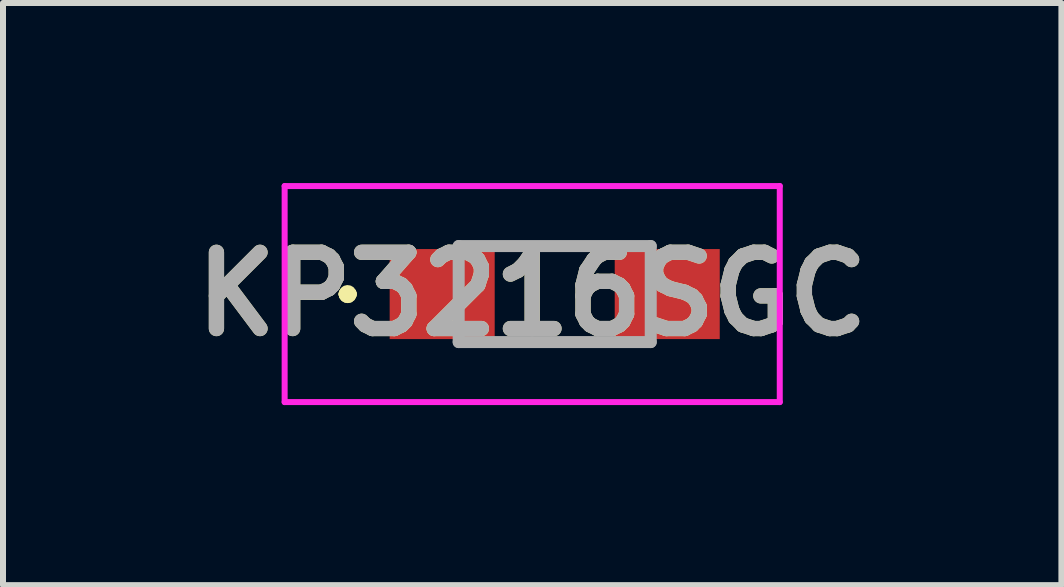
<source format=kicad_pcb>
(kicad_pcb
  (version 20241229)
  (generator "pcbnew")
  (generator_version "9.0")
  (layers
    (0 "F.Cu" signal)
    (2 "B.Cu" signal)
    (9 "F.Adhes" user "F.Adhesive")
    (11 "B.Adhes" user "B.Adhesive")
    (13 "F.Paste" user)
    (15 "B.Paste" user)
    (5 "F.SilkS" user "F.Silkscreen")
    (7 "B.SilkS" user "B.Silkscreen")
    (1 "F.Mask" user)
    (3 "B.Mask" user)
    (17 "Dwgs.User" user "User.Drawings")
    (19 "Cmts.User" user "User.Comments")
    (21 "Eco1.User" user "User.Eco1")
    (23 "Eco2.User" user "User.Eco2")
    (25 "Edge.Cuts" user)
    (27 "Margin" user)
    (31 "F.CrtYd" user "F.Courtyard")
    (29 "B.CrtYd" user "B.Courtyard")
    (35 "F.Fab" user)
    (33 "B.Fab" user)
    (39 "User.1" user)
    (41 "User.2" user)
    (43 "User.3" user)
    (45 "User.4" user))
  (footprint "KP3216SGC"
    (layer "F.Cu")
    (at 6.193 1.85)
    (property "Reference" "KP3216SGC" (at -0.375 0 0) (layer "F.SilkS") (effects (font (size 1.27 1.27) (thickness 0.254))))
    (attr smd)
    (fp_line (start -3.5 0) (end -3.5 0) (stroke (width 0.2) (type solid)) (layer "F.SilkS"))
    (fp_line (start -3.5 0) (end -3.5 0) (stroke (width 0.2) (type solid)) (layer "F.SilkS"))
    (fp_line (start -3.4 0) (end -3.4 0) (stroke (width 0.2) (type solid)) (layer "F.SilkS"))
    (fp_line (start -0.4 -0.8) (end -0.4 -0.8) (stroke (width 0.1) (type solid)) (layer "F.SilkS"))
    (fp_line (start -0.4 -0.8) (end 0.4 -0.8) (stroke (width 0.1) (type solid)) (layer "F.SilkS"))
    (fp_line (start -0.4 0.8) (end -0.4 0.8) (stroke (width 0.1) (type solid)) (layer "F.SilkS"))
    (fp_line (start -0.4 0.8) (end 0.4 0.8) (stroke (width 0.1) (type solid)) (layer "F.SilkS"))
    (fp_line (start 0.4 -0.8) (end -0.4 -0.8) (stroke (width 0.1) (type solid)) (layer "F.SilkS"))
    (fp_line (start 0.4 -0.8) (end 0.4 -0.8) (stroke (width 0.1) (type solid)) (layer "F.SilkS"))
    (fp_line (start 0.4 0.8) (end -0.4 0.8) (stroke (width 0.1) (type solid)) (layer "F.SilkS"))
    (fp_line (start 0.4 0.8) (end 0.4 0.8) (stroke (width 0.1) (type solid)) (layer "F.SilkS"))
    (fp_arc (start -3.5 0) (mid -3.45 -0.05) (end -3.4 0) (stroke (width 0.2) (type solid)) (layer "F.SilkS"))
    (fp_arc (start -3.4 0) (mid -3.45 0.05) (end -3.5 0) (stroke (width 0.2) (type solid)) (layer "F.SilkS"))
    (fp_arc (start -3.4 0) (mid -3.45 0.05) (end -3.5 0) (stroke (width 0.2) (type solid)) (layer "F.SilkS"))
    (fp_line (start -4.5 -1.8) (end 3.75 -1.8) (stroke (width 0.1) (type solid)) (layer "F.CrtYd"))
    (fp_line (start -4.5 1.8) (end -4.5 -1.8) (stroke (width 0.1) (type solid)) (layer "F.CrtYd"))
    (fp_line (start 3.75 -1.8) (end 3.75 1.8) (stroke (width 0.1) (type solid)) (layer "F.CrtYd"))
    (fp_line (start 3.75 1.8) (end -4.5 1.8) (stroke (width 0.1) (type solid)) (layer "F.CrtYd"))
    (fp_line (start -1.6 -0.8) (end -1.6 0.8) (stroke (width 0.2) (type solid)) (layer "F.Fab"))
    (fp_line (start -1.6 0.8) (end 1.6 0.8) (stroke (width 0.2) (type solid)) (layer "F.Fab"))
    (fp_line (start 1.6 -0.8) (end -1.6 -0.8) (stroke (width 0.2) (type solid)) (layer "F.Fab"))
    (fp_line (start 1.6 0.8) (end 1.6 -0.8) (stroke (width 0.2) (type solid)) (layer "F.Fab"))
    (fp_text user "${REFERENCE}" (at -0.375 0 0) (layer "F.Fab") (effects (font (size 1.27 1.27) (thickness 0.254))))
    (pad "1" smd rect (at -1.875 0 90) (size 1.5 1.75) (layers "F.Cu" "F.Mask" "F.Paste"))
    (pad "2" smd rect (at 1.875 0 90) (size 1.5 1.75) (layers "F.Cu" "F.Mask" "F.Paste")))
  (gr_rect
    (start -3 -3)
    (end 14.636 6.7)
    (stroke (width 0.1) (type default))
    (fill no)
    (layer "Edge.Cuts")))
</source>
